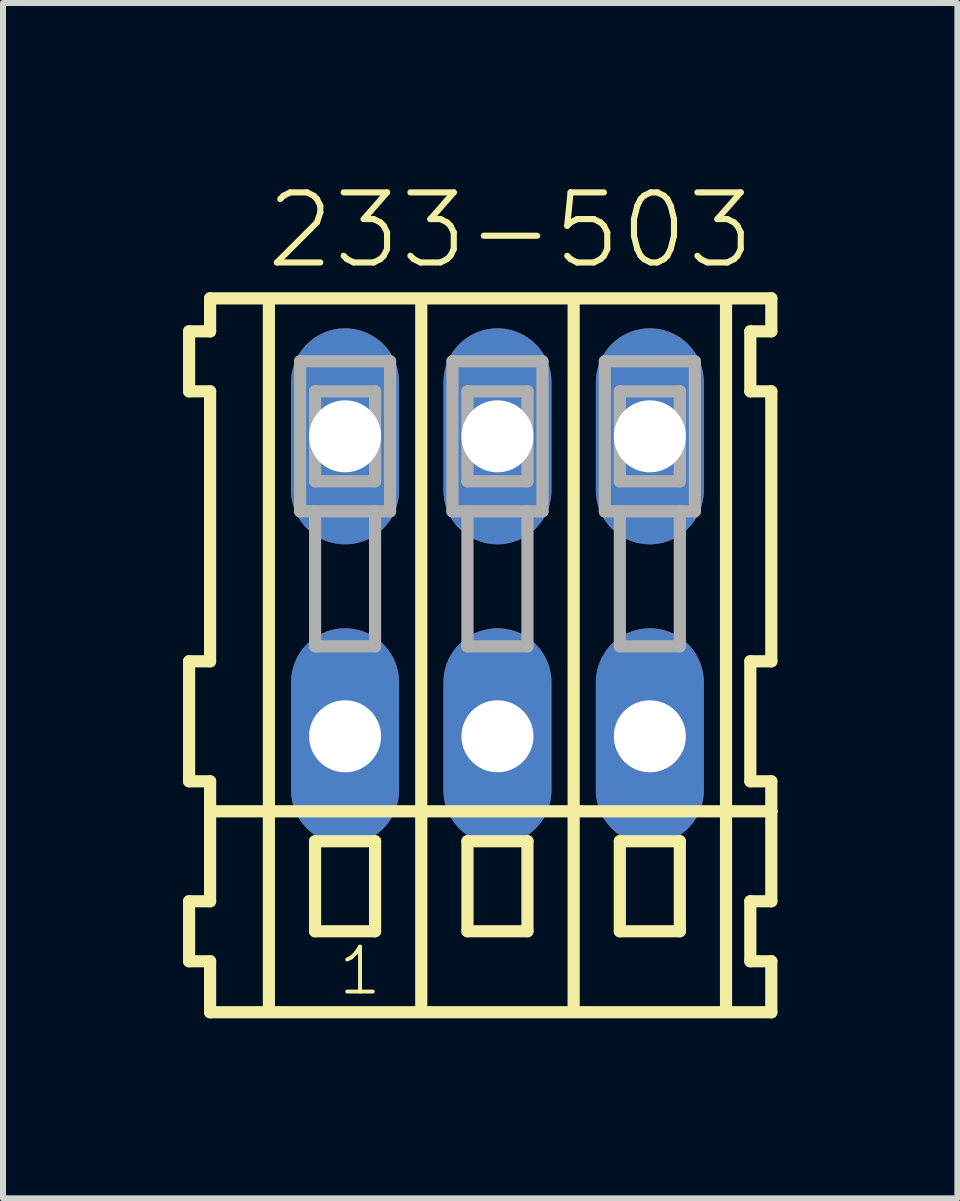
<source format=kicad_pcb>
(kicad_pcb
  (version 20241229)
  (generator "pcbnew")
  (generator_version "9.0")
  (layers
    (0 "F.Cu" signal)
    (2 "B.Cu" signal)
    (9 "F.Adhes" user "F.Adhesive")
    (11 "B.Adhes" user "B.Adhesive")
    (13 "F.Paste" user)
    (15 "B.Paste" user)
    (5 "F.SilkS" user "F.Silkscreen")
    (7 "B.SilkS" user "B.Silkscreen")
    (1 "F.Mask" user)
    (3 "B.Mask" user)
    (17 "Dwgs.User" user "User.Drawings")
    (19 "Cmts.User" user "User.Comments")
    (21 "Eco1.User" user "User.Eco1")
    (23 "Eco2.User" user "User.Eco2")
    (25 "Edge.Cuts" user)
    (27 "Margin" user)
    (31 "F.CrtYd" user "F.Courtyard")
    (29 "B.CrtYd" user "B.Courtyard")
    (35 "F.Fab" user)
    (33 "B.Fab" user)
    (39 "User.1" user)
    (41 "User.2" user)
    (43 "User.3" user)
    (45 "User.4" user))
  (footprint "233-503"
    (layer "F.Cu")
    (at 5.242 6.723)
    (property "Reference" "233-503" (at -3.91 -5.25 0) (layer "F.SilkS") (effects (font (size 1.168 1.168) (thickness 0.102)) (justify left bottom)))
    (fp_line (start -5.14 -4.25) (end -5.14 -3.25) (stroke (width 0.203) (type solid)) (layer "F.SilkS"))
    (fp_line (start -5.14 -3.25) (end -4.79 -3.25) (stroke (width 0.203) (type solid)) (layer "F.SilkS"))
    (fp_line (start -5.14 1.25) (end -5.14 3.25) (stroke (width 0.203) (type solid)) (layer "F.SilkS"))
    (fp_line (start -5.14 3.25) (end -4.79 3.25) (stroke (width 0.203) (type solid)) (layer "F.SilkS"))
    (fp_line (start -5.14 5.25) (end -5.14 6.25) (stroke (width 0.203) (type solid)) (layer "F.SilkS"))
    (fp_line (start -5.14 6.25) (end -4.79 6.25) (stroke (width 0.203) (type solid)) (layer "F.SilkS"))
    (fp_line (start -4.79 -4.8) (end -4.79 -4.25) (stroke (width 0.203) (type solid)) (layer "F.SilkS"))
    (fp_line (start -4.79 -4.25) (end -5.14 -4.25) (stroke (width 0.203) (type solid)) (layer "F.SilkS"))
    (fp_line (start -4.79 -3.25) (end -4.79 1.25) (stroke (width 0.203) (type solid)) (layer "F.SilkS"))
    (fp_line (start -4.79 1.25) (end -5.14 1.25) (stroke (width 0.203) (type solid)) (layer "F.SilkS"))
    (fp_line (start -4.79 3.25) (end -4.79 5.25) (stroke (width 0.203) (type solid)) (layer "F.SilkS"))
    (fp_line (start -4.79 3.75) (end 4.565 3.75) (stroke (width 0.203) (type solid)) (layer "F.SilkS"))
    (fp_line (start -4.79 5.25) (end -5.14 5.25) (stroke (width 0.203) (type solid)) (layer "F.SilkS"))
    (fp_line (start -4.79 6.25) (end -4.79 7.1) (stroke (width 0.203) (type solid)) (layer "F.SilkS"))
    (fp_line (start -4.79 7.1) (end 4.565 7.1) (stroke (width 0.203) (type solid)) (layer "F.SilkS"))
    (fp_line (start -3.81 6.985) (end -3.81 -4.699) (stroke (width 0.203) (type solid)) (layer "F.SilkS"))
    (fp_line (start -3.04 4.25) (end -3.04 5.75) (stroke (width 0.203) (type solid)) (layer "F.SilkS"))
    (fp_line (start -3.04 5.75) (end -2.04 5.75) (stroke (width 0.203) (type solid)) (layer "F.SilkS"))
    (fp_line (start -2.04 4.25) (end -3.04 4.25) (stroke (width 0.203) (type solid)) (layer "F.SilkS"))
    (fp_line (start -2.04 5.75) (end -2.04 4.25) (stroke (width 0.203) (type solid)) (layer "F.SilkS"))
    (fp_line (start -1.27 6.985) (end -1.27 -4.699) (stroke (width 0.203) (type solid)) (layer "F.SilkS"))
    (fp_line (start -0.5 4.25) (end -0.5 5.75) (stroke (width 0.203) (type solid)) (layer "F.SilkS"))
    (fp_line (start -0.5 5.75) (end 0.5 5.75) (stroke (width 0.203) (type solid)) (layer "F.SilkS"))
    (fp_line (start 0.5 4.25) (end -0.5 4.25) (stroke (width 0.203) (type solid)) (layer "F.SilkS"))
    (fp_line (start 0.5 5.75) (end 0.5 4.25) (stroke (width 0.203) (type solid)) (layer "F.SilkS"))
    (fp_line (start 1.27 6.985) (end 1.27 -4.699) (stroke (width 0.203) (type solid)) (layer "F.SilkS"))
    (fp_line (start 2.04 4.25) (end 2.04 5.75) (stroke (width 0.203) (type solid)) (layer "F.SilkS"))
    (fp_line (start 2.04 5.75) (end 3.04 5.75) (stroke (width 0.203) (type solid)) (layer "F.SilkS"))
    (fp_line (start 3.04 4.25) (end 2.04 4.25) (stroke (width 0.203) (type solid)) (layer "F.SilkS"))
    (fp_line (start 3.04 5.75) (end 3.04 4.25) (stroke (width 0.203) (type solid)) (layer "F.SilkS"))
    (fp_line (start 3.81 6.985) (end 3.81 -4.699) (stroke (width 0.203) (type solid)) (layer "F.SilkS"))
    (fp_line (start 4.215 -4.25) (end 4.215 -3.25) (stroke (width 0.203) (type solid)) (layer "F.SilkS"))
    (fp_line (start 4.215 -3.25) (end 4.565 -3.25) (stroke (width 0.203) (type solid)) (layer "F.SilkS"))
    (fp_line (start 4.215 1.25) (end 4.215 3.25) (stroke (width 0.203) (type solid)) (layer "F.SilkS"))
    (fp_line (start 4.215 3.25) (end 4.565 3.25) (stroke (width 0.203) (type solid)) (layer "F.SilkS"))
    (fp_line (start 4.215 5.25) (end 4.215 6.25) (stroke (width 0.203) (type solid)) (layer "F.SilkS"))
    (fp_line (start 4.215 6.25) (end 4.565 6.25) (stroke (width 0.203) (type solid)) (layer "F.SilkS"))
    (fp_line (start 4.565 -4.8) (end -4.79 -4.8) (stroke (width 0.203) (type solid)) (layer "F.SilkS"))
    (fp_line (start 4.565 -4.25) (end 4.215 -4.25) (stroke (width 0.203) (type solid)) (layer "F.SilkS"))
    (fp_line (start 4.565 -4.25) (end 4.565 -4.8) (stroke (width 0.203) (type solid)) (layer "F.SilkS"))
    (fp_line (start 4.565 1.25) (end 4.215 1.25) (stroke (width 0.203) (type solid)) (layer "F.SilkS"))
    (fp_line (start 4.565 1.25) (end 4.565 -3.25) (stroke (width 0.203) (type solid)) (layer "F.SilkS"))
    (fp_line (start 4.565 3.75) (end 4.565 3.25) (stroke (width 0.203) (type solid)) (layer "F.SilkS"))
    (fp_line (start 4.565 5.25) (end 4.215 5.25) (stroke (width 0.203) (type solid)) (layer "F.SilkS"))
    (fp_line (start 4.565 5.25) (end 4.565 3.75) (stroke (width 0.203) (type solid)) (layer "F.SilkS"))
    (fp_line (start 4.565 7.1) (end 4.565 6.25) (stroke (width 0.203) (type solid)) (layer "F.SilkS"))
    (fp_line (start -3.29 -3.75) (end -3.29 -1.25) (stroke (width 0.203) (type solid)) (layer "F.Fab"))
    (fp_line (start -3.29 -1.25) (end -3.04 -1.25) (stroke (width 0.203) (type solid)) (layer "F.Fab"))
    (fp_line (start -3.04 -3.25) (end -3.04 -1.75) (stroke (width 0.203) (type solid)) (layer "F.Fab"))
    (fp_line (start -3.04 -1.75) (end -2.04 -1.75) (stroke (width 0.203) (type solid)) (layer "F.Fab"))
    (fp_line (start -3.04 -1.25) (end -3.04 1) (stroke (width 0.203) (type solid)) (layer "F.Fab"))
    (fp_line (start -3.04 -1.25) (end -2.04 -1.25) (stroke (width 0.203) (type solid)) (layer "F.Fab"))
    (fp_line (start -3.04 1) (end -2.04 1) (stroke (width 0.203) (type solid)) (layer "F.Fab"))
    (fp_line (start -2.04 -3.25) (end -3.04 -3.25) (stroke (width 0.203) (type solid)) (layer "F.Fab"))
    (fp_line (start -2.04 -1.75) (end -2.04 -3.25) (stroke (width 0.203) (type solid)) (layer "F.Fab"))
    (fp_line (start -2.04 -1.25) (end -1.79 -1.25) (stroke (width 0.203) (type solid)) (layer "F.Fab"))
    (fp_line (start -2.04 1) (end -2.04 -1.25) (stroke (width 0.203) (type solid)) (layer "F.Fab"))
    (fp_line (start -1.79 -3.75) (end -3.29 -3.75) (stroke (width 0.203) (type solid)) (layer "F.Fab"))
    (fp_line (start -1.79 -1.25) (end -1.79 -3.75) (stroke (width 0.203) (type solid)) (layer "F.Fab"))
    (fp_line (start -0.75 -3.75) (end -0.75 -1.25) (stroke (width 0.203) (type solid)) (layer "F.Fab"))
    (fp_line (start -0.75 -1.25) (end -0.5 -1.25) (stroke (width 0.203) (type solid)) (layer "F.Fab"))
    (fp_line (start -0.5 -3.25) (end -0.5 -1.75) (stroke (width 0.203) (type solid)) (layer "F.Fab"))
    (fp_line (start -0.5 -1.75) (end 0.5 -1.75) (stroke (width 0.203) (type solid)) (layer "F.Fab"))
    (fp_line (start -0.5 -1.25) (end -0.5 1) (stroke (width 0.203) (type solid)) (layer "F.Fab"))
    (fp_line (start -0.5 -1.25) (end 0.5 -1.25) (stroke (width 0.203) (type solid)) (layer "F.Fab"))
    (fp_line (start -0.5 1) (end 0.5 1) (stroke (width 0.203) (type solid)) (layer "F.Fab"))
    (fp_line (start 0.5 -3.25) (end -0.5 -3.25) (stroke (width 0.203) (type solid)) (layer "F.Fab"))
    (fp_line (start 0.5 -1.75) (end 0.5 -3.25) (stroke (width 0.203) (type solid)) (layer "F.Fab"))
    (fp_line (start 0.5 -1.25) (end 0.75 -1.25) (stroke (width 0.203) (type solid)) (layer "F.Fab"))
    (fp_line (start 0.5 1) (end 0.5 -1.25) (stroke (width 0.203) (type solid)) (layer "F.Fab"))
    (fp_line (start 0.75 -3.75) (end -0.75 -3.75) (stroke (width 0.203) (type solid)) (layer "F.Fab"))
    (fp_line (start 0.75 -1.25) (end 0.75 -3.75) (stroke (width 0.203) (type solid)) (layer "F.Fab"))
    (fp_line (start 1.79 -3.75) (end 1.79 -1.25) (stroke (width 0.203) (type solid)) (layer "F.Fab"))
    (fp_line (start 1.79 -1.25) (end 2.04 -1.25) (stroke (width 0.203) (type solid)) (layer "F.Fab"))
    (fp_line (start 2.04 -3.25) (end 2.04 -1.75) (stroke (width 0.203) (type solid)) (layer "F.Fab"))
    (fp_line (start 2.04 -1.75) (end 3.04 -1.75) (stroke (width 0.203) (type solid)) (layer "F.Fab"))
    (fp_line (start 2.04 -1.25) (end 2.04 1) (stroke (width 0.203) (type solid)) (layer "F.Fab"))
    (fp_line (start 2.04 -1.25) (end 3.04 -1.25) (stroke (width 0.203) (type solid)) (layer "F.Fab"))
    (fp_line (start 2.04 1) (end 3.04 1) (stroke (width 0.203) (type solid)) (layer "F.Fab"))
    (fp_line (start 3.04 -3.25) (end 2.04 -3.25) (stroke (width 0.203) (type solid)) (layer "F.Fab"))
    (fp_line (start 3.04 -1.75) (end 3.04 -3.25) (stroke (width 0.203) (type solid)) (layer "F.Fab"))
    (fp_line (start 3.04 -1.25) (end 3.29 -1.25) (stroke (width 0.203) (type solid)) (layer "F.Fab"))
    (fp_line (start 3.04 1) (end 3.04 -1.25) (stroke (width 0.203) (type solid)) (layer "F.Fab"))
    (fp_line (start 3.29 -3.75) (end 1.79 -3.75) (stroke (width 0.203) (type solid)) (layer "F.Fab"))
    (fp_line (start 3.29 -1.25) (end 3.29 -3.75) (stroke (width 0.203) (type solid)) (layer "F.Fab"))
    (fp_text user "1" (at -2.69 6.85 0) (layer "F.SilkS") (effects (font (size 0.748 0.748) (thickness 0.065)) (justify left bottom)))
    (pad "A1" thru_hole oval (at -2.54 -2.5 90) (size 3.6 1.8) (drill 1.2) (layers "*.Cu" "*.Mask"))
    (pad "A2" thru_hole oval (at 0 -2.5 90) (size 3.6 1.8) (drill 1.2) (layers "*.Cu" "*.Mask"))
    (pad "A3" thru_hole oval (at 2.54 -2.5 90) (size 3.6 1.8) (drill 1.2) (layers "*.Cu" "*.Mask"))
    (pad "B1" thru_hole oval (at -2.54 2.5 90) (size 3.6 1.8) (drill 1.2) (layers "*.Cu" "*.Mask"))
    (pad "B2" thru_hole oval (at 0 2.5 90) (size 3.6 1.8) (drill 1.2) (layers "*.Cu" "*.Mask"))
    (pad "B3" thru_hole oval (at 2.54 2.5 90) (size 3.6 1.8) (drill 1.2) (layers "*.Cu" "*.Mask")))
  (gr_rect
    (start -3 -3)
    (end 12.908 16.925)
    (stroke (width 0.1) (type default))
    (fill no)
    (layer "Edge.Cuts")))
</source>
